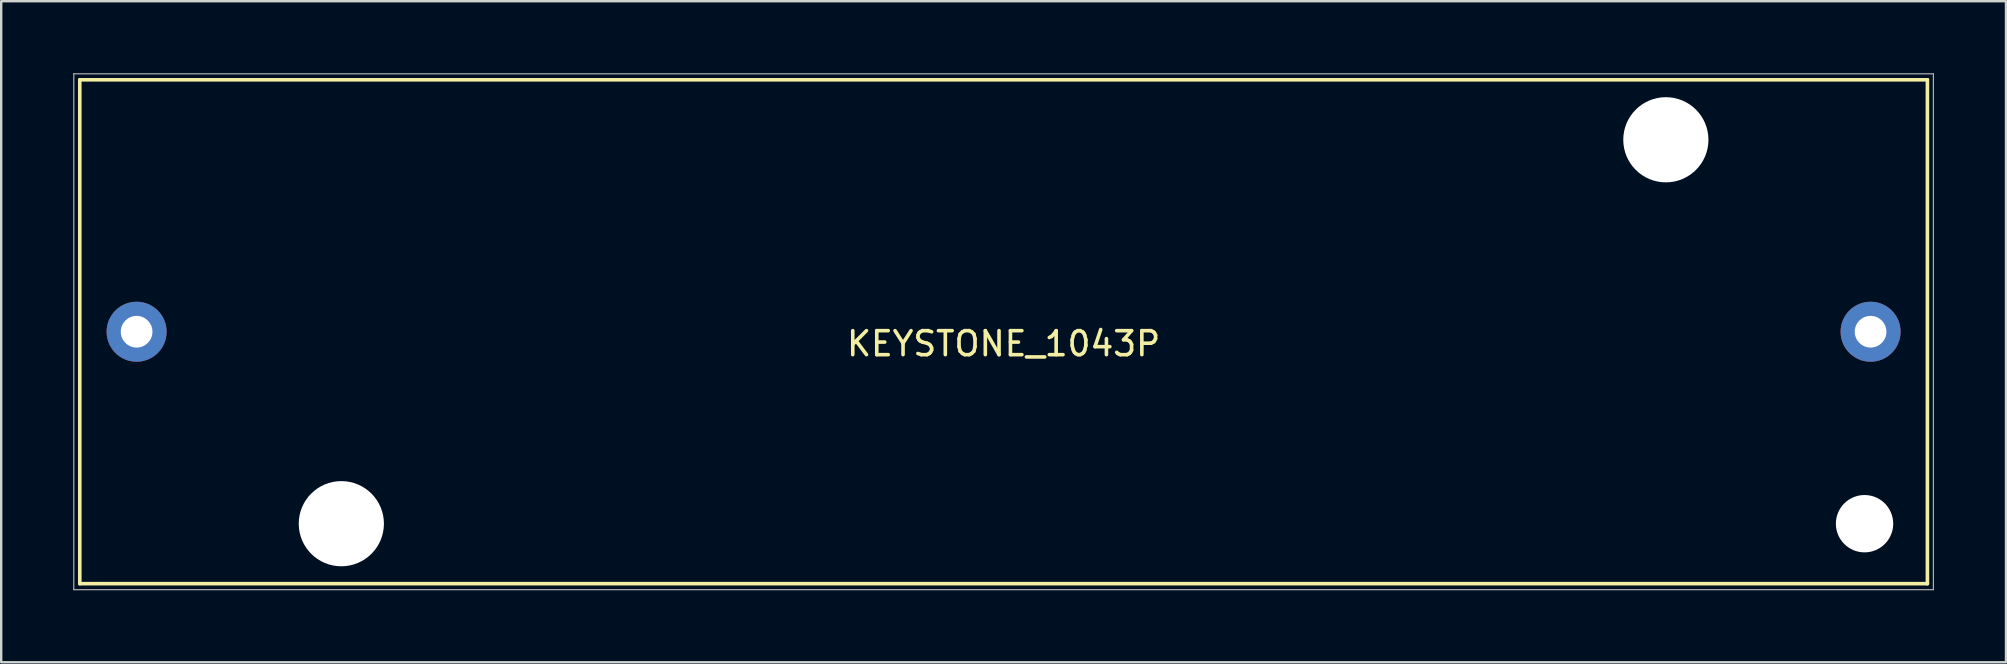
<source format=kicad_pcb>
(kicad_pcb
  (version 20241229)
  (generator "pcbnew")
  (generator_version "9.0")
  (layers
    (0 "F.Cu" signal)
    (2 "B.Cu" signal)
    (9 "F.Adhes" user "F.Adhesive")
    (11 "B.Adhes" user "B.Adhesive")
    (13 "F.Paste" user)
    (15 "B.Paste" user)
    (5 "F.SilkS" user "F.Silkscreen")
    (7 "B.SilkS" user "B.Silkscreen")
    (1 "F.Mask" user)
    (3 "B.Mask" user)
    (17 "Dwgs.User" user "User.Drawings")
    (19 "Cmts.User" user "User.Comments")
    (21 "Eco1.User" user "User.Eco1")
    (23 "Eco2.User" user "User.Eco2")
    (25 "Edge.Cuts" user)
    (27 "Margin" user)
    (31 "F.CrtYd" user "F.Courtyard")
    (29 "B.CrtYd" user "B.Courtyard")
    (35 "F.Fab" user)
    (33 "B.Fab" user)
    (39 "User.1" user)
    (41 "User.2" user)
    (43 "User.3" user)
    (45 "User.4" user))
  (footprint "KEYSTONE_1043P"
    (layer "F.Cu")
    (at 38.775 10.775)
    (property "Reference" "KEYSTONE_1043P" (at 0 0.5 0) (layer "F.SilkS") (effects (font (size 1 1) (thickness 0.15))))
    (attr through_hole)
    (fp_line (start -38.5 -10.5) (end -38.5 10.5) (stroke (width 0.15) (type solid)) (layer "F.SilkS"))
    (fp_line (start -38.5 10.5) (end 38.5 10.5) (stroke (width 0.15) (type solid)) (layer "F.SilkS"))
    (fp_line (start 38.5 -10.5) (end -38.5 -10.5) (stroke (width 0.15) (type solid)) (layer "F.SilkS"))
    (fp_line (start 38.5 10.5) (end 38.5 -10.5) (stroke (width 0.15) (type solid)) (layer "F.SilkS"))
    (fp_line (start -38.75 -10.75) (end -38.75 10.75) (stroke (width 0.05) (type solid)) (layer "F.Fab"))
    (fp_line (start -38.75 10.75) (end 38.75 10.75) (stroke (width 0.05) (type solid)) (layer "F.Fab"))
    (fp_line (start 38.75 -10.75) (end -38.75 -10.75) (stroke (width 0.05) (type solid)) (layer "F.Fab"))
    (fp_line (start 38.75 10.75) (end 38.75 -10.75) (stroke (width 0.05) (type solid)) (layer "F.Fab"))
    (pad "" np_thru_hole circle (at -27.6 8) (size 3.55 3.55) (drill 3.55) (layers "*.Cu" "*.Mask"))
    (pad "" np_thru_hole circle (at 27.6 -8) (size 3.55 3.55) (drill 3.55) (layers "*.Cu" "*.Mask"))
    (pad "" np_thru_hole circle (at 35.88 8) (size 2.39 2.39) (drill 2.39) (layers "*.Cu" "*.Mask"))
    (pad "1" thru_hole circle (at 36.132 0) (size 2.5 2.5) (drill 1.32) (layers "*.Cu" "*.Mask"))
    (pad "2" thru_hole circle (at -36.132 0) (size 2.5 2.5) (drill 1.32) (layers "*.Cu" "*.Mask")))
  (gr_rect
    (start -3 -3)
    (end 80.55 24.55)
    (stroke (width 0.1) (type default))
    (fill no)
    (layer "Edge.Cuts")))
</source>
